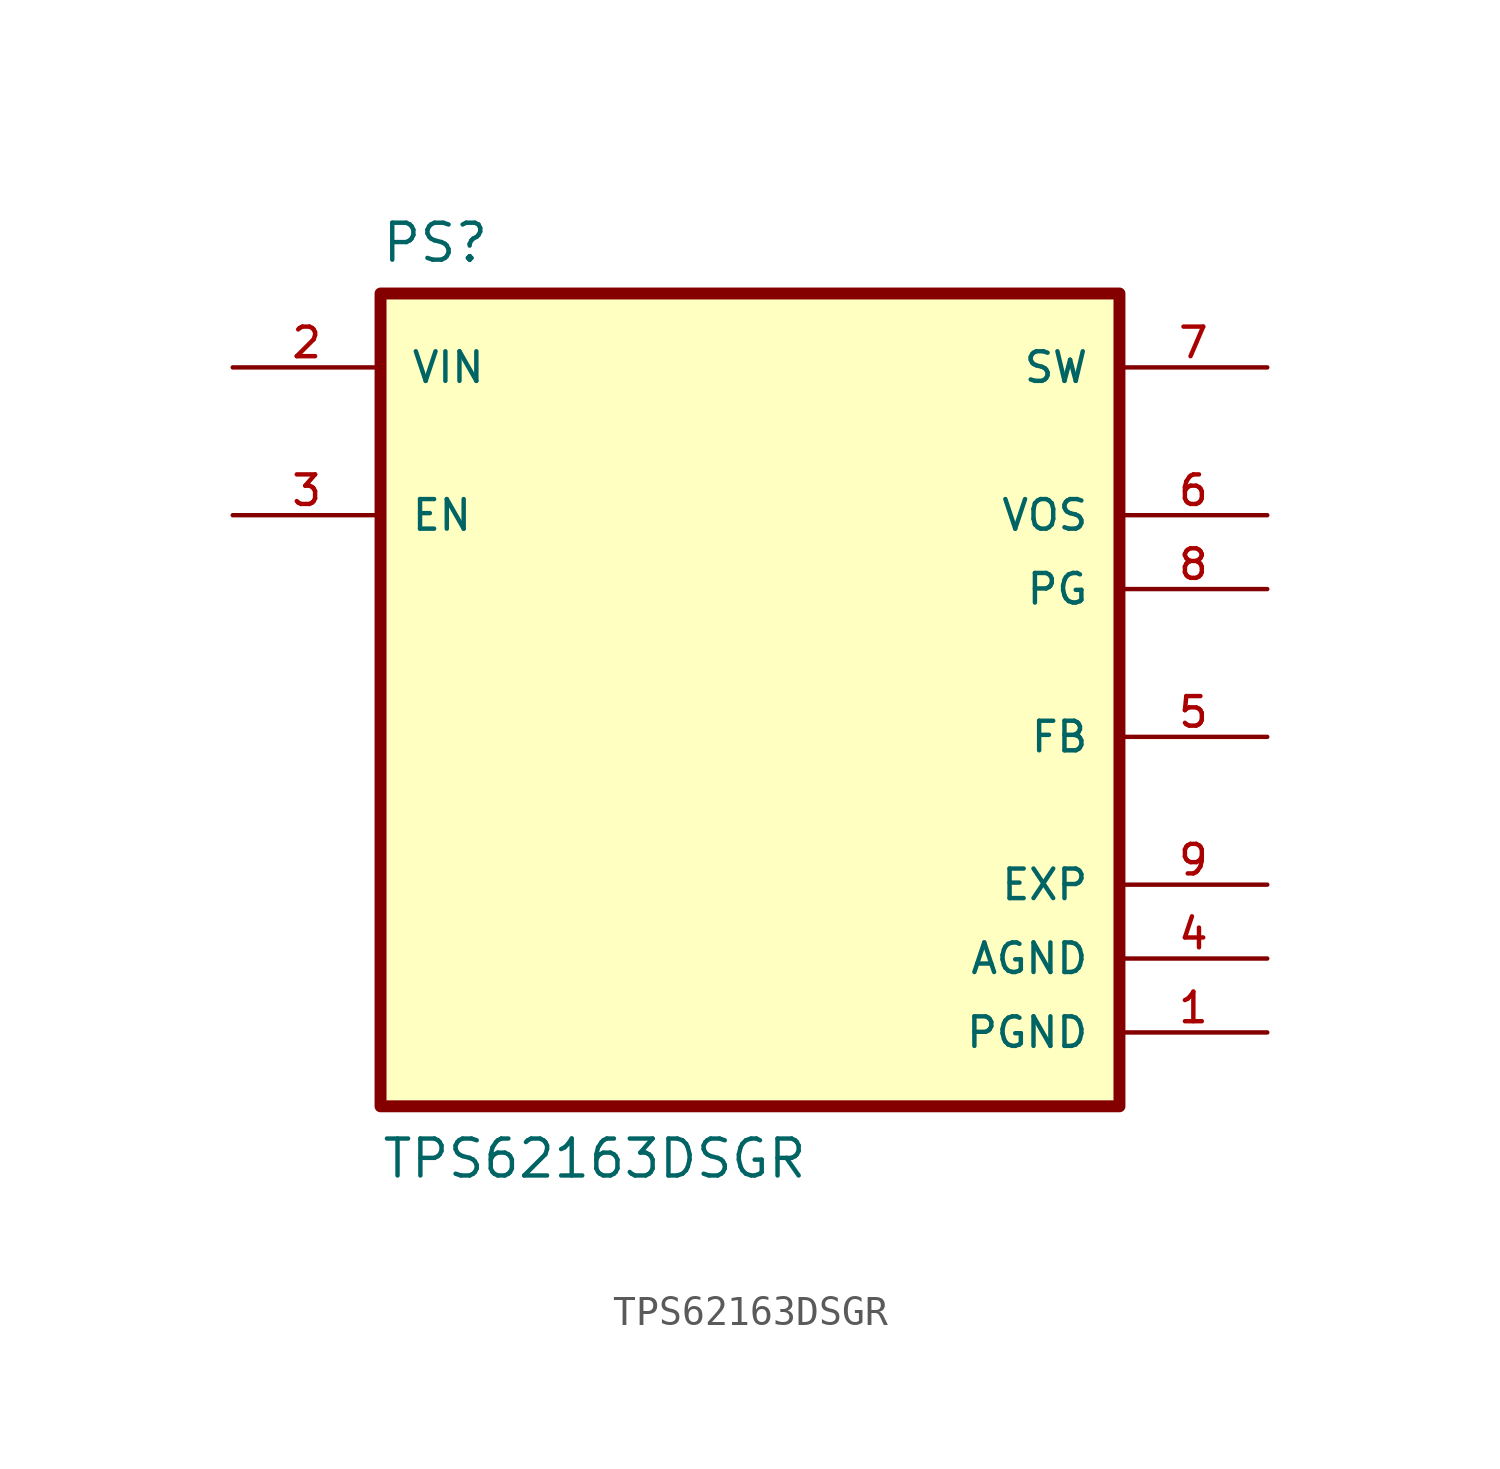
<source format=kicad_sym>
(kicad_symbol_lib
  (version 20211014)
  (generator kicad_symbol_editor)
  (symbol "TPS62163DSGR"
    (pin_names
      (offset 1.016))
    (property "Reference" "PS"
      (at -12.7 13.7 0.0)
      (effects (font (size 1.27 1.27)) (justify bottom left)))
    (property "Value" "TPS62163DSGR"
      (at -12.7 -17.78 0.0)
      (effects (font (size 1.27 1.27)) (justify bottom left)))
    (symbol "TPS62163DSGR_0_0"
      (rectangle (start -12.7 -15.24) (end 12.7 12.7) (stroke (width 0.41)) (fill (type background)))
      (pin input line (at -17.78 10.16 0) (length 5.08) (name "VIN" (effects (font (size 1.016 1.016)))) (number "2" (effects (font (size 1.016 1.016)))))
      (pin input line (at -17.78 5.08 0) (length 5.08) (name "EN" (effects (font (size 1.016 1.016)))) (number "3" (effects (font (size 1.016 1.016)))))
      (pin input line (at 17.78 -2.54 180.0) (length 5.08) (name "FB" (effects (font (size 1.016 1.016)))) (number "5" (effects (font (size 1.016 1.016)))))
      (pin output line (at 17.78 2.54 180.0) (length 5.08) (name "PG" (effects (font (size 1.016 1.016)))) (number "8" (effects (font (size 1.016 1.016)))))
      (pin output line (at 17.78 10.16 180.0) (length 5.08) (name "SW" (effects (font (size 1.016 1.016)))) (number "7" (effects (font (size 1.016 1.016)))))
      (pin input line (at 17.78 5.08 180.0) (length 5.08) (name "VOS" (effects (font (size 1.016 1.016)))) (number "6" (effects (font (size 1.016 1.016)))))
      (pin power_in line (at 17.78 -10.16 180.0) (length 5.08) (name "AGND" (effects (font (size 1.016 1.016)))) (number "4" (effects (font (size 1.016 1.016)))))
      (pin power_in line (at 17.78 -12.7 180.0) (length 5.08) (name "PGND" (effects (font (size 1.016 1.016)))) (number "1" (effects (font (size 1.016 1.016)))))
      (pin passive line (at 17.78 -7.62 180.0) (length 5.08) (name "EXP" (effects (font (size 1.016 1.016)))) (number "9" (effects (font (size 1.016 1.016))))))))
</source>
